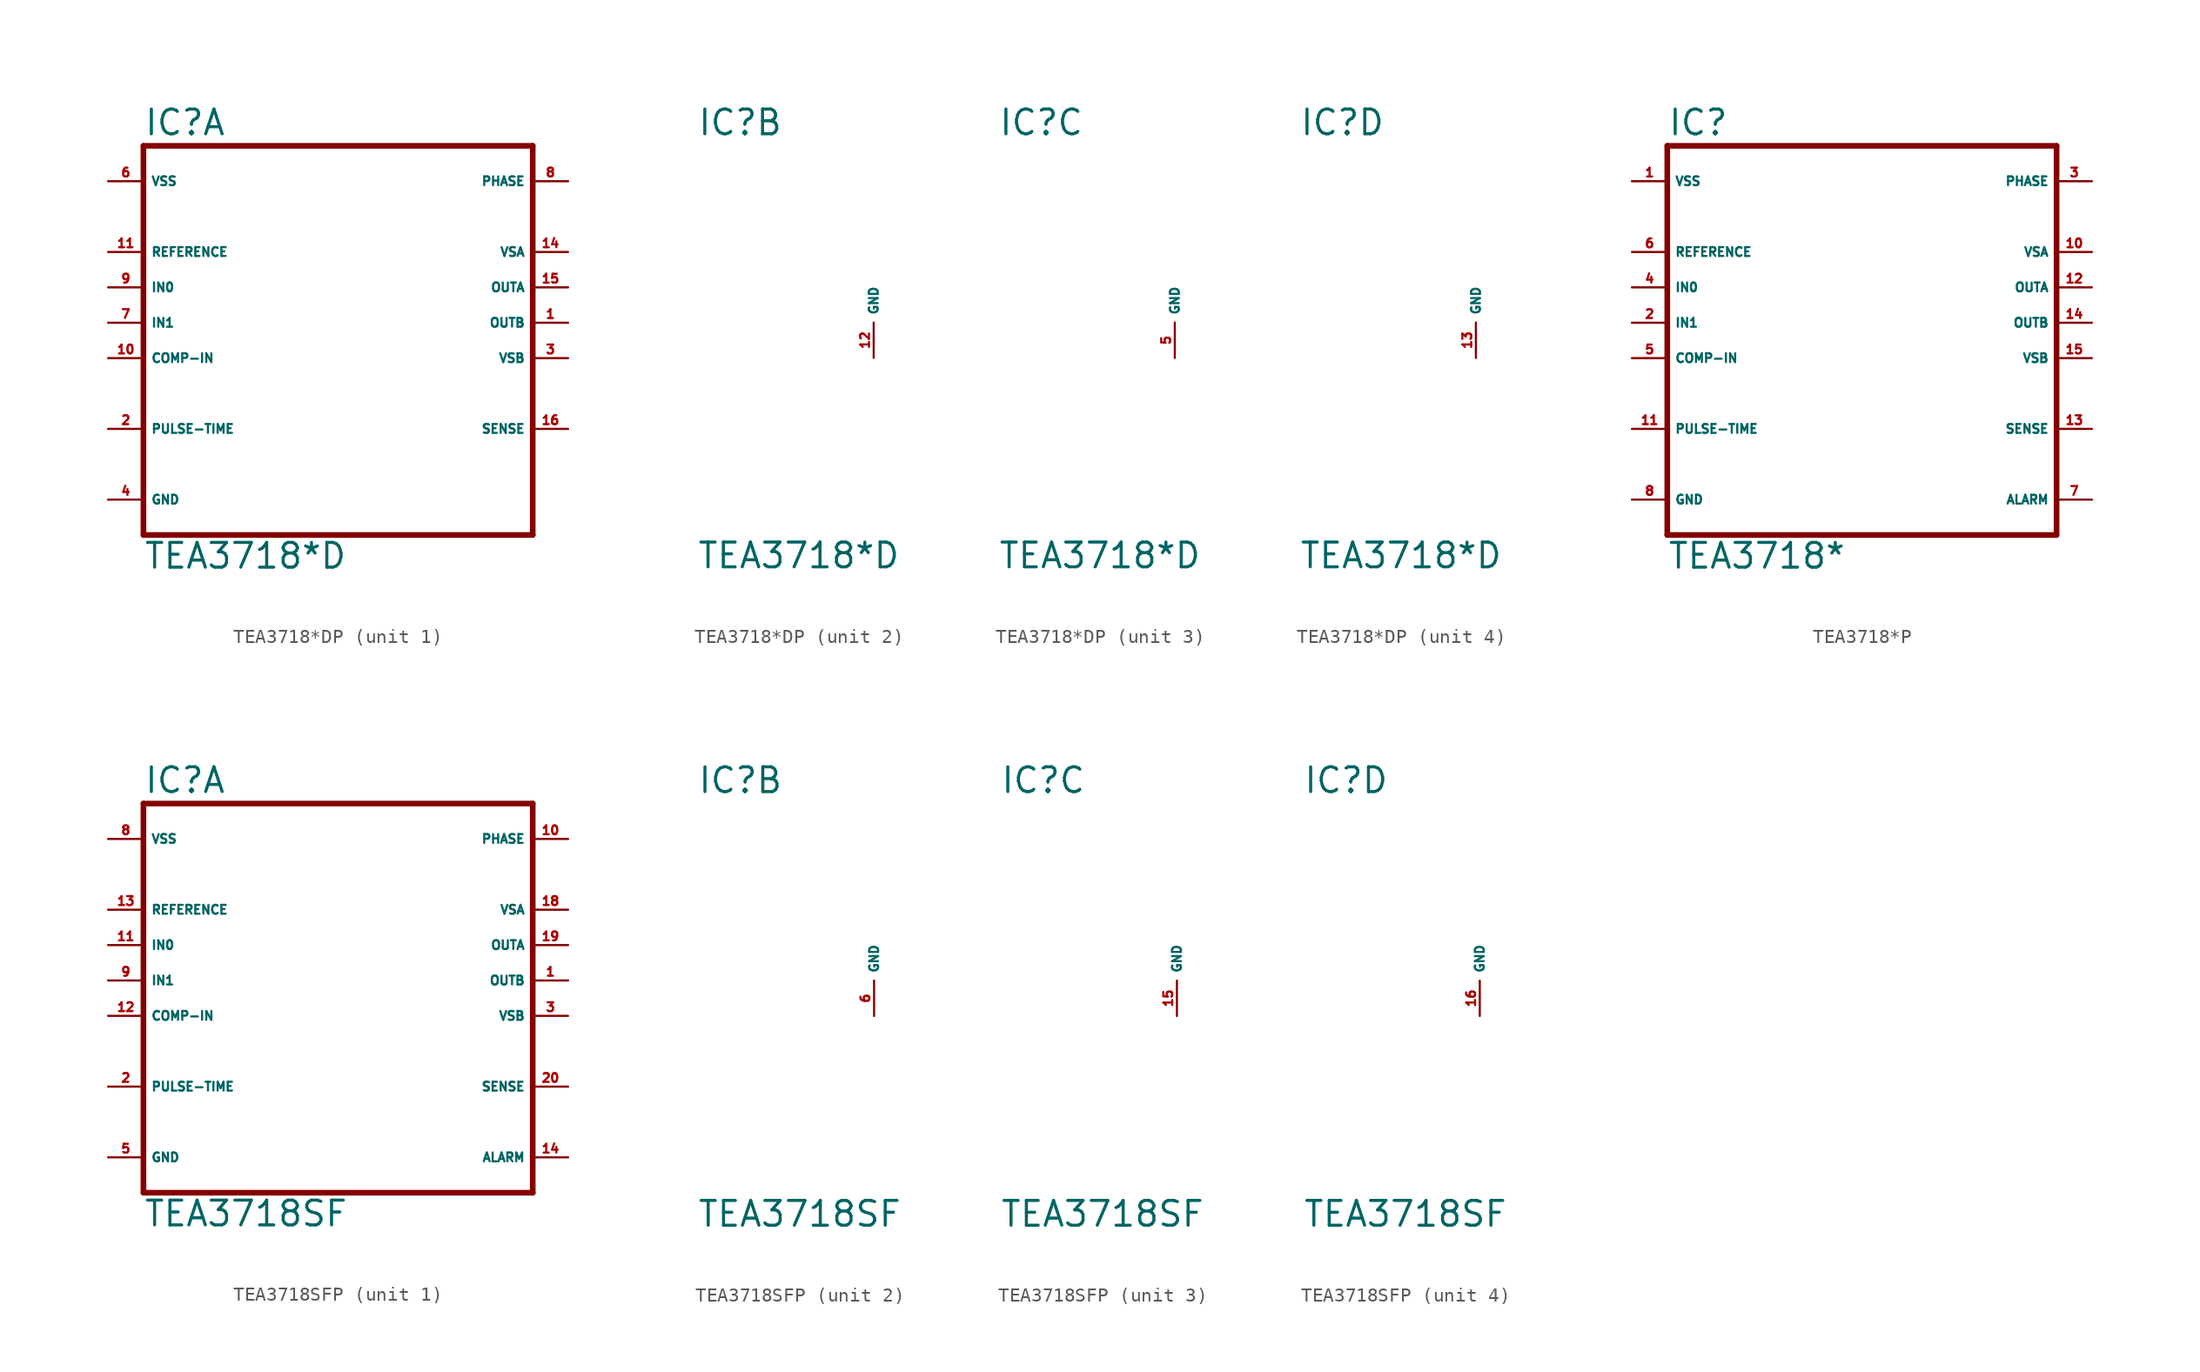
<source format=kicad_sym>
(kicad_symbol_lib
  (version 20220914)
  (generator Eagle2Kicad)
  (symbol "TEA3718*DP"
    (property "Reference" "IC"
      (at -12.7 13.335 0)
      (effects (font (size 1.778 1.778) (thickness 0.22)) (justify left bottom)))
    (property "Value" "TEA3718*D"
      (at -12.722 -17.779 0)
      (effects (font (size 1.778 1.778) (thickness 0.22)) (justify left bottom)))
    (symbol "TEA3718*DP_1_0"
      (polyline (pts (xy -12.7 -15.24) (xy 15.24 -15.24)) (stroke (width 0.406) (type default)) (fill (type none)))
      (polyline (pts (xy 15.24 -15.24) (xy 15.24 12.7)) (stroke (width 0.406) (type default)) (fill (type none)))
      (polyline (pts (xy 15.24 12.7) (xy -12.7 12.7)) (stroke (width 0.406) (type default)) (fill (type none)))
      (polyline (pts (xy -12.7 12.7) (xy -12.7 -15.24)) (stroke (width 0.406) (type default)) (fill (type none)))
      (pin input line (at -15.24 5.08 0) (length 2.54) (name "REFERENCE" (effects (font (size 0.635 0.635) (thickness 0.08)) (justify left bottom))) (number "11" (effects (font (size 0.635 0.635) (thickness 0.08)) (justify left bottom))))
      (pin unspecified line (at 17.78 -2.54 180) (length 2.54) (name "VSB" (effects (font (size 0.635 0.635) (thickness 0.08)) (justify left bottom))) (number "3" (effects (font (size 0.635 0.635) (thickness 0.08)) (justify left bottom))))
      (pin unspecified line (at -15.24 -12.7 0) (length 2.54) (name "GND" (effects (font (size 0.635 0.635) (thickness 0.08)) (justify left bottom))) (number "4" (effects (font (size 0.635 0.635) (thickness 0.08)) (justify left bottom))))
      (pin input line (at -15.24 2.54 0) (length 2.54) (name "IN0" (effects (font (size 0.635 0.635) (thickness 0.08)) (justify left bottom))) (number "9" (effects (font (size 0.635 0.635) (thickness 0.08)) (justify left bottom))))
      (pin passive line (at -15.24 -7.62 0) (length 2.54) (name "PULSE-TIME" (effects (font (size 0.635 0.635) (thickness 0.08)) (justify left bottom))) (number "2" (effects (font (size 0.635 0.635) (thickness 0.08)) (justify left bottom))))
      (pin input line (at -15.24 0 0) (length 2.54) (name "IN1" (effects (font (size 0.635 0.635) (thickness 0.08)) (justify left bottom))) (number "7" (effects (font (size 0.635 0.635) (thickness 0.08)) (justify left bottom))))
      (pin input line (at -15.24 -2.54 0) (length 2.54) (name "COMP-IN" (effects (font (size 0.635 0.635) (thickness 0.08)) (justify left bottom))) (number "10" (effects (font (size 0.635 0.635) (thickness 0.08)) (justify left bottom))))
      (pin input line (at 17.78 -7.62 180) (length 2.54) (name "SENSE" (effects (font (size 0.635 0.635) (thickness 0.08)) (justify left bottom))) (number "16" (effects (font (size 0.635 0.635) (thickness 0.08)) (justify left bottom))))
      (pin output line (at 17.78 2.54 180) (length 2.54) (name "OUTA" (effects (font (size 0.635 0.635) (thickness 0.08)) (justify left bottom))) (number "15" (effects (font (size 0.635 0.635) (thickness 0.08)) (justify left bottom))))
      (pin unspecified line (at 17.78 5.08 180) (length 2.54) (name "VSA" (effects (font (size 0.635 0.635) (thickness 0.08)) (justify left bottom))) (number "14" (effects (font (size 0.635 0.635) (thickness 0.08)) (justify left bottom))))
      (pin input line (at 17.78 10.16 180) (length 2.54) (name "PHASE" (effects (font (size 0.635 0.635) (thickness 0.08)) (justify left bottom))) (number "8" (effects (font (size 0.635 0.635) (thickness 0.08)) (justify left bottom))))
      (pin unspecified line (at -15.24 10.16 0) (length 2.54) (name "VSS" (effects (font (size 0.635 0.635) (thickness 0.08)) (justify left bottom))) (number "6" (effects (font (size 0.635 0.635) (thickness 0.08)) (justify left bottom))))
      (pin output line (at 17.78 0 180) (length 2.54) (name "OUTB" (effects (font (size 0.635 0.635) (thickness 0.08)) (justify left bottom))) (number "1" (effects (font (size 0.635 0.635) (thickness 0.08)) (justify left bottom)))))
    (symbol "TEA3718*DP_2_0"
      (pin unspecified line (at 0 -2.54 90) (length 2.54) (name "GND" (effects (font (size 0.635 0.635) (thickness 0.08)) (justify left bottom))) (number "12" (effects (font (size 0.635 0.635) (thickness 0.08)) (justify left bottom)))))
    (symbol "TEA3718*DP_3_0"
      (pin unspecified line (at 0 -2.54 90) (length 2.54) (name "GND" (effects (font (size 0.635 0.635) (thickness 0.08)) (justify left bottom))) (number "5" (effects (font (size 0.635 0.635) (thickness 0.08)) (justify left bottom)))))
    (symbol "TEA3718*DP_4_0"
      (pin unspecified line (at 0 -2.54 90) (length 2.54) (name "GND" (effects (font (size 0.635 0.635) (thickness 0.08)) (justify left bottom))) (number "13" (effects (font (size 0.635 0.635) (thickness 0.08)) (justify left bottom))))))
  (symbol "TEA3718*P"
    (property "Reference" "IC"
      (at -12.7 13.335 0)
      (effects (font (size 1.778 1.778) (thickness 0.22)) (justify left bottom)))
    (property "Value" "TEA3718*"
      (at -12.722 -17.779 0)
      (effects (font (size 1.778 1.778) (thickness 0.22)) (justify left bottom)))
    (polyline
      (pts (xy -12.7 -15.24) (xy 15.24 -15.24))
      (stroke (width 0.406) (type default))
      (fill (type none)))
    (polyline
      (pts (xy 15.24 -15.24) (xy 15.24 12.7))
      (stroke (width 0.406) (type default))
      (fill (type none)))
    (polyline
      (pts (xy 15.24 12.7) (xy -12.7 12.7))
      (stroke (width 0.406) (type default))
      (fill (type none)))
    (polyline
      (pts (xy -12.7 12.7) (xy -12.7 -15.24))
      (stroke (width 0.406) (type default))
      (fill (type none)))
    (pin input line
      (at -15.24 5.08 0)
      (length 2.54)
      (name "REFERENCE" (effects (font (size 0.635 0.635) (thickness 0.08)) (justify left bottom)))
      (number "6" (effects (font (size 0.635 0.635) (thickness 0.08)) (justify left bottom))))
    (pin unspecified line
      (at 17.78 -2.54 180)
      (length 2.54)
      (name "VSB" (effects (font (size 0.635 0.635) (thickness 0.08)) (justify left bottom)))
      (number "15" (effects (font (size 0.635 0.635) (thickness 0.08)) (justify left bottom))))
    (pin unspecified line
      (at -15.24 -12.7 0)
      (length 2.54)
      (name "GND" (effects (font (size 0.635 0.635) (thickness 0.08)) (justify left bottom)))
      (number "8" (effects (font (size 0.635 0.635) (thickness 0.08)) (justify left bottom))))
    (pin open_collector line
      (at 17.78 -12.7 180)
      (length 2.54)
      (name "ALARM" (effects (font (size 0.635 0.635) (thickness 0.08)) (justify left bottom)))
      (number "7" (effects (font (size 0.635 0.635) (thickness 0.08)) (justify left bottom))))
    (pin input line
      (at -15.24 2.54 0)
      (length 2.54)
      (name "IN0" (effects (font (size 0.635 0.635) (thickness 0.08)) (justify left bottom)))
      (number "4" (effects (font (size 0.635 0.635) (thickness 0.08)) (justify left bottom))))
    (pin passive line
      (at -15.24 -7.62 0)
      (length 2.54)
      (name "PULSE-TIME" (effects (font (size 0.635 0.635) (thickness 0.08)) (justify left bottom)))
      (number "11" (effects (font (size 0.635 0.635) (thickness 0.08)) (justify left bottom))))
    (pin input line
      (at -15.24 0 0)
      (length 2.54)
      (name "IN1" (effects (font (size 0.635 0.635) (thickness 0.08)) (justify left bottom)))
      (number "2" (effects (font (size 0.635 0.635) (thickness 0.08)) (justify left bottom))))
    (pin input line
      (at -15.24 -2.54 0)
      (length 2.54)
      (name "COMP-IN" (effects (font (size 0.635 0.635) (thickness 0.08)) (justify left bottom)))
      (number "5" (effects (font (size 0.635 0.635) (thickness 0.08)) (justify left bottom))))
    (pin input line
      (at 17.78 -7.62 180)
      (length 2.54)
      (name "SENSE" (effects (font (size 0.635 0.635) (thickness 0.08)) (justify left bottom)))
      (number "13" (effects (font (size 0.635 0.635) (thickness 0.08)) (justify left bottom))))
    (pin output line
      (at 17.78 2.54 180)
      (length 2.54)
      (name "OUTA" (effects (font (size 0.635 0.635) (thickness 0.08)) (justify left bottom)))
      (number "12" (effects (font (size 0.635 0.635) (thickness 0.08)) (justify left bottom))))
    (pin unspecified line
      (at 17.78 5.08 180)
      (length 2.54)
      (name "VSA" (effects (font (size 0.635 0.635) (thickness 0.08)) (justify left bottom)))
      (number "10" (effects (font (size 0.635 0.635) (thickness 0.08)) (justify left bottom))))
    (pin input line
      (at 17.78 10.16 180)
      (length 2.54)
      (name "PHASE" (effects (font (size 0.635 0.635) (thickness 0.08)) (justify left bottom)))
      (number "3" (effects (font (size 0.635 0.635) (thickness 0.08)) (justify left bottom))))
    (pin unspecified line
      (at -15.24 10.16 0)
      (length 2.54)
      (name "VSS" (effects (font (size 0.635 0.635) (thickness 0.08)) (justify left bottom)))
      (number "1" (effects (font (size 0.635 0.635) (thickness 0.08)) (justify left bottom))))
    (pin output line
      (at 17.78 0 180)
      (length 2.54)
      (name "OUTB" (effects (font (size 0.635 0.635) (thickness 0.08)) (justify left bottom)))
      (number "14" (effects (font (size 0.635 0.635) (thickness 0.08)) (justify left bottom)))))
  (symbol "TEA3718SFP"
    (property "Reference" "IC"
      (at -12.7 13.335 0)
      (effects (font (size 1.778 1.778) (thickness 0.22)) (justify left bottom)))
    (property "Value" "TEA3718SF"
      (at -12.722 -17.779 0)
      (effects (font (size 1.778 1.778) (thickness 0.22)) (justify left bottom)))
    (symbol "TEA3718SFP_1_0"
      (polyline (pts (xy -12.7 -15.24) (xy 15.24 -15.24)) (stroke (width 0.406) (type default)) (fill (type none)))
      (polyline (pts (xy 15.24 -15.24) (xy 15.24 12.7)) (stroke (width 0.406) (type default)) (fill (type none)))
      (polyline (pts (xy 15.24 12.7) (xy -12.7 12.7)) (stroke (width 0.406) (type default)) (fill (type none)))
      (polyline (pts (xy -12.7 12.7) (xy -12.7 -15.24)) (stroke (width 0.406) (type default)) (fill (type none)))
      (pin input line (at -15.24 5.08 0) (length 2.54) (name "REFERENCE" (effects (font (size 0.635 0.635) (thickness 0.08)) (justify left bottom))) (number "13" (effects (font (size 0.635 0.635) (thickness 0.08)) (justify left bottom))))
      (pin unspecified line (at 17.78 -2.54 180) (length 2.54) (name "VSB" (effects (font (size 0.635 0.635) (thickness 0.08)) (justify left bottom))) (number "3" (effects (font (size 0.635 0.635) (thickness 0.08)) (justify left bottom))))
      (pin unspecified line (at -15.24 -12.7 0) (length 2.54) (name "GND" (effects (font (size 0.635 0.635) (thickness 0.08)) (justify left bottom))) (number "5" (effects (font (size 0.635 0.635) (thickness 0.08)) (justify left bottom))))
      (pin open_collector line (at 17.78 -12.7 180) (length 2.54) (name "ALARM" (effects (font (size 0.635 0.635) (thickness 0.08)) (justify left bottom))) (number "14" (effects (font (size 0.635 0.635) (thickness 0.08)) (justify left bottom))))
      (pin input line (at -15.24 2.54 0) (length 2.54) (name "IN0" (effects (font (size 0.635 0.635) (thickness 0.08)) (justify left bottom))) (number "11" (effects (font (size 0.635 0.635) (thickness 0.08)) (justify left bottom))))
      (pin passive line (at -15.24 -7.62 0) (length 2.54) (name "PULSE-TIME" (effects (font (size 0.635 0.635) (thickness 0.08)) (justify left bottom))) (number "2" (effects (font (size 0.635 0.635) (thickness 0.08)) (justify left bottom))))
      (pin input line (at -15.24 0 0) (length 2.54) (name "IN1" (effects (font (size 0.635 0.635) (thickness 0.08)) (justify left bottom))) (number "9" (effects (font (size 0.635 0.635) (thickness 0.08)) (justify left bottom))))
      (pin input line (at -15.24 -2.54 0) (length 2.54) (name "COMP-IN" (effects (font (size 0.635 0.635) (thickness 0.08)) (justify left bottom))) (number "12" (effects (font (size 0.635 0.635) (thickness 0.08)) (justify left bottom))))
      (pin input line (at 17.78 -7.62 180) (length 2.54) (name "SENSE" (effects (font (size 0.635 0.635) (thickness 0.08)) (justify left bottom))) (number "20" (effects (font (size 0.635 0.635) (thickness 0.08)) (justify left bottom))))
      (pin output line (at 17.78 2.54 180) (length 2.54) (name "OUTA" (effects (font (size 0.635 0.635) (thickness 0.08)) (justify left bottom))) (number "19" (effects (font (size 0.635 0.635) (thickness 0.08)) (justify left bottom))))
      (pin unspecified line (at 17.78 5.08 180) (length 2.54) (name "VSA" (effects (font (size 0.635 0.635) (thickness 0.08)) (justify left bottom))) (number "18" (effects (font (size 0.635 0.635) (thickness 0.08)) (justify left bottom))))
      (pin input line (at 17.78 10.16 180) (length 2.54) (name "PHASE" (effects (font (size 0.635 0.635) (thickness 0.08)) (justify left bottom))) (number "10" (effects (font (size 0.635 0.635) (thickness 0.08)) (justify left bottom))))
      (pin unspecified line (at -15.24 10.16 0) (length 2.54) (name "VSS" (effects (font (size 0.635 0.635) (thickness 0.08)) (justify left bottom))) (number "8" (effects (font (size 0.635 0.635) (thickness 0.08)) (justify left bottom))))
      (pin output line (at 17.78 0 180) (length 2.54) (name "OUTB" (effects (font (size 0.635 0.635) (thickness 0.08)) (justify left bottom))) (number "1" (effects (font (size 0.635 0.635) (thickness 0.08)) (justify left bottom)))))
    (symbol "TEA3718SFP_2_0"
      (pin unspecified line (at 0 -2.54 90) (length 2.54) (name "GND" (effects (font (size 0.635 0.635) (thickness 0.08)) (justify left bottom))) (number "6" (effects (font (size 0.635 0.635) (thickness 0.08)) (justify left bottom)))))
    (symbol "TEA3718SFP_3_0"
      (pin unspecified line (at 0 -2.54 90) (length 2.54) (name "GND" (effects (font (size 0.635 0.635) (thickness 0.08)) (justify left bottom))) (number "15" (effects (font (size 0.635 0.635) (thickness 0.08)) (justify left bottom)))))
    (symbol "TEA3718SFP_4_0"
      (pin unspecified line (at 0 -2.54 90) (length 2.54) (name "GND" (effects (font (size 0.635 0.635) (thickness 0.08)) (justify left bottom))) (number "16" (effects (font (size 0.635 0.635) (thickness 0.08)) (justify left bottom)))))))
</source>
